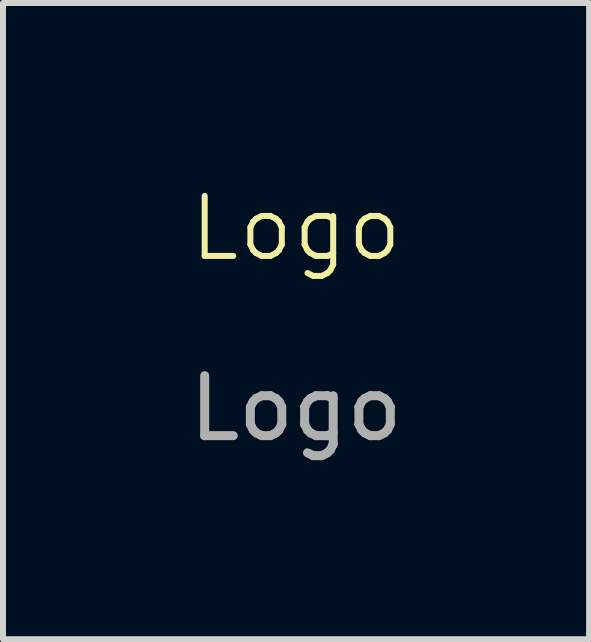
<source format=kicad_pcb>
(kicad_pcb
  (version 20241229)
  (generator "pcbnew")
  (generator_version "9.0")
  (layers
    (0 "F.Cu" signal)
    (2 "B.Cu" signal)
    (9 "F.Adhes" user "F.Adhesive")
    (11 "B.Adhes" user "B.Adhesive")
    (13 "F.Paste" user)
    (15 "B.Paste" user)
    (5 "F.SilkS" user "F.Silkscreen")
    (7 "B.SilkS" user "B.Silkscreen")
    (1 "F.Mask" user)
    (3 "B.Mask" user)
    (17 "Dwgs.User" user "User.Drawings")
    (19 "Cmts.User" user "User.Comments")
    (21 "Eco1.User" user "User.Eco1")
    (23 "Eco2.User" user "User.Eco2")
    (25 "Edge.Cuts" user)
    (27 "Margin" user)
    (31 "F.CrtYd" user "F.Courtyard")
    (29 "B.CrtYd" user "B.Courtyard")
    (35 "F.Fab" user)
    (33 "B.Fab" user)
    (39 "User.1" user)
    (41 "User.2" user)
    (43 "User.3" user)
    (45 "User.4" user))
  (footprint "Logo"
    (layer "F.Cu")
    (at 1.887 1.26)
    (property "Reference" "Logo" (at 0 -0.5 0) (unlocked yes) (layer "F.SilkS") (effects (font (size 1 1) (thickness 0.1))))
    (fp_text user "${REFERENCE}" (at 0 2.5 0) (unlocked yes) (layer "F.Fab") (effects (font (size 1 1) (thickness 0.15)))))
  (gr_rect
    (start -3 -3)
    (end 6.774 7.609)
    (stroke (width 0.1) (type default))
    (fill no)
    (layer "Edge.Cuts")))
</source>
